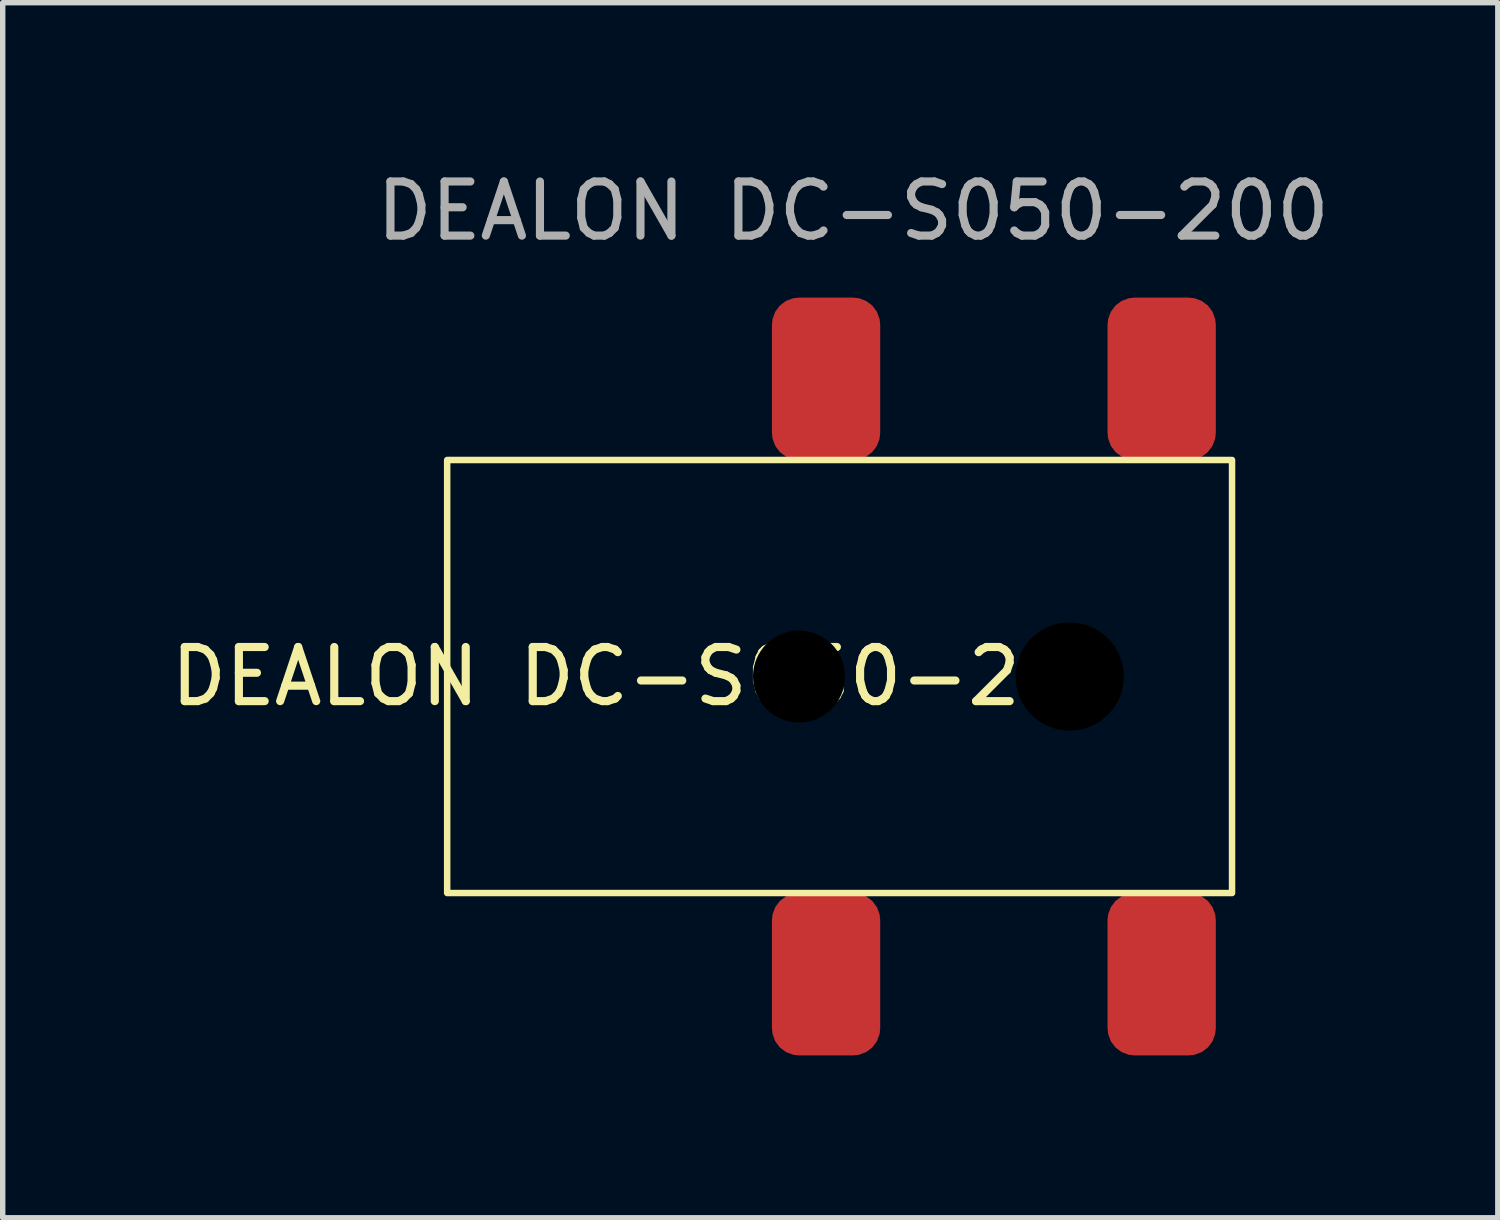
<source format=kicad_pcb>
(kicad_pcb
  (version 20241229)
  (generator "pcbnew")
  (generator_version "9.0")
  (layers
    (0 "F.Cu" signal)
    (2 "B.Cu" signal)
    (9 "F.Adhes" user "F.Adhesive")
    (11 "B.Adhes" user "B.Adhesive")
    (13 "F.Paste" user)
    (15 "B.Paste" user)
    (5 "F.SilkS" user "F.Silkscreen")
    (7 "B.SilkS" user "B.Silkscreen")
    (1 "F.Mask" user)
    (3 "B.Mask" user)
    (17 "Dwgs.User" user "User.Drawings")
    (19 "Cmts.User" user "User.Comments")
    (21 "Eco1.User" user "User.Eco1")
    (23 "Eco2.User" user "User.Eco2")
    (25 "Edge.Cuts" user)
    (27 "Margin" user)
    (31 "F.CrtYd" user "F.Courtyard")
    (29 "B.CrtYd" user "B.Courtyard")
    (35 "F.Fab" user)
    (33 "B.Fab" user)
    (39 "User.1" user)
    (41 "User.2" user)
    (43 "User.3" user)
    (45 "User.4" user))
  (footprint "DEALON DC-S050-200"
    (layer "F.Cu")
    (at 12.211 9.448)
    (property "Reference" "DEALON DC-S050-200" (at -3.3 0 0) (unlocked yes) (layer "F.SilkS") (effects (font (size 1 1) (thickness 0.15))))
    (attr smd)
    (fp_rect (start 7.5 -4) (end -7 4) (stroke (width 0.12) (type solid)) (fill no) (layer "F.SilkS"))
    (fp_text user "${REFERENCE}" (at 0.5 -8.6 0) (unlocked yes) (layer "F.Fab") (effects (font (size 1 1) (thickness 0.15))))
    (pad "" np_thru_hole circle (at -0.5 0) (size 1.7 1.7) (drill 1.7) (layers "*.Mask"))
    (pad "" np_thru_hole circle (at 4.5 0) (size 2 2) (drill 2) (layers "*.Mask"))
    (pad "1" smd roundrect (at 0 5.5) (size 2 3) (layers "F.Cu" "F.Mask" "F.Paste") (roundrect_rratio 0.25))
    (pad "2" smd roundrect (at 0 -5.5) (size 2 3) (layers "F.Cu" "F.Mask" "F.Paste") (roundrect_rratio 0.25))
    (pad "2" smd roundrect (at 6.2 -5.5) (size 2 3) (layers "F.Cu" "F.Mask" "F.Paste") (roundrect_rratio 0.25))
    (pad "2" smd roundrect (at 6.2 5.5) (size 2 3) (layers "F.Cu" "F.Mask" "F.Paste") (roundrect_rratio 0.25)))
  (gr_rect
    (start -3 -3)
    (end 24.621 19.448)
    (stroke (width 0.1) (type default))
    (fill no)
    (layer "Edge.Cuts")))
</source>
